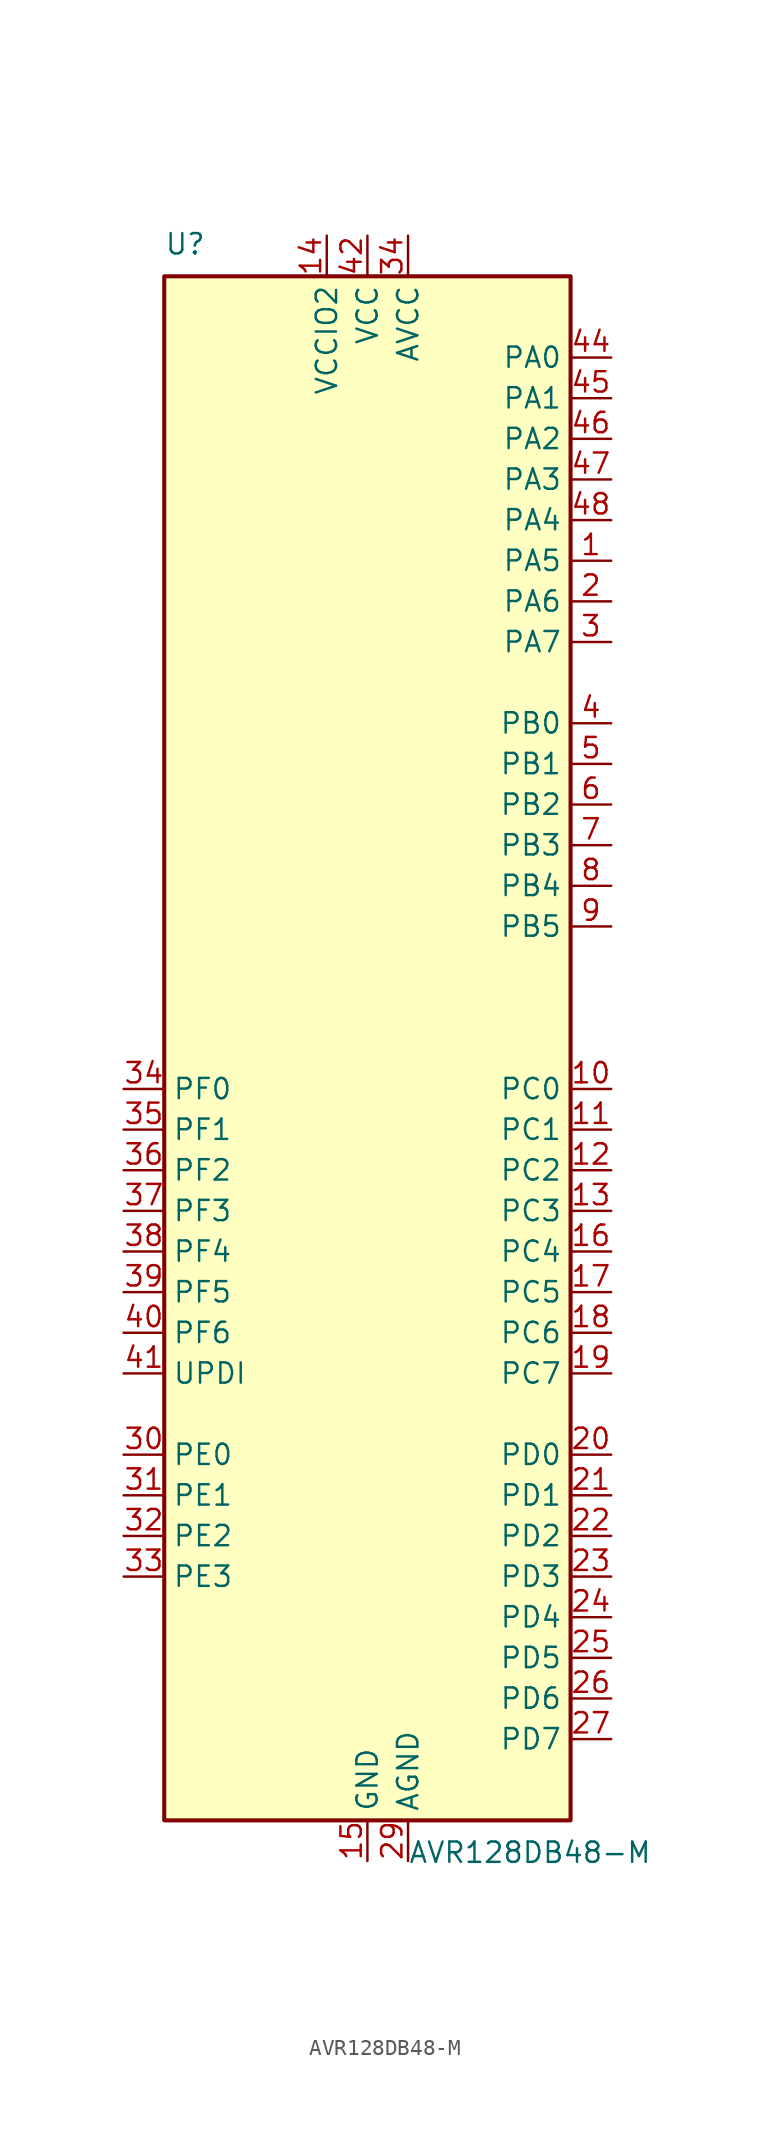
<source format=kicad_sym>
(kicad_symbol_lib
  (version 20211014)
  (generator kicad_symbol_editor)
  (symbol "AVR128DB48-M"
    (property "Reference" "U"
      (at -12.7 49.53 0)
      (effects (font (size 1.27 1.27)) (justify left bottom)))
    (property "Value" "AVR128DB48-M"
      (at 2.54 -49.53 0)
      (effects (font (size 1.27 1.27)) (justify left top)))
    (symbol "AVR128DB48-M_0_1"
      (rectangle (start -12.7 -48.26) (end 12.7 48.26) (stroke (width 0.254) (type default) (color 0 0 0 0)) (fill (type background))))
    (symbol "AVR128DB48-M_1_1"
      (pin bidirectional line (at 15.24 30.48 180) (length 2.54) (name "PA5" (effects (font (size 1.27 1.27)))) (number "1" (effects (font (size 1.27 1.27)))) (alternate "SPI0-MISO" bidirectional line) (alternate "TCA0-WO5" output line) (alternate "TCD0-WOB" output line) (alternate "USART0-RXD(1)" input line))
      (pin bidirectional line (at 15.24 -2.54 180) (length 2.54) (name "PC0" (effects (font (size 1.27 1.27)))) (number "10" (effects (font (size 1.27 1.27)))) (alternate "LUT1-IN0" input line) (alternate "SPI1-MOSI" bidirectional line) (alternate "TCA0-WO0(2)" output line) (alternate "TCB2-WO" output line) (alternate "USART1-TXD" bidirectional line))
      (pin bidirectional line (at 15.24 -5.08 180) (length 2.54) (name "PC1" (effects (font (size 1.27 1.27)))) (number "11" (effects (font (size 1.27 1.27)))) (alternate "LUT1-IN1" input line) (alternate "SPI1-MISO" bidirectional line) (alternate "TCA0-WO1(2)" output line) (alternate "TCB3-WO(1)" output line) (alternate "USART1-RXD" input line))
      (pin bidirectional line (at 15.24 -7.62 180) (length 2.54) (name "PC2" (effects (font (size 1.27 1.27)))) (number "12" (effects (font (size 1.27 1.27)))) (alternate "EVOUTC" output line) (alternate "LUT1-IN2" input line) (alternate "SPI1-SCK" bidirectional line) (alternate "TCA-WO2(2)" output line) (alternate "TWI0-SDA(MS+)(0,2)" bidirectional line) (alternate "USART1-XCK" bidirectional line))
      (pin bidirectional line (at 15.24 -10.16 180) (length 2.54) (name "PC3" (effects (font (size 1.27 1.27)))) (number "13" (effects (font (size 1.27 1.27)))) (alternate "LUT1-OUT" output line) (alternate "SPI1-~{SS}" bidirectional line) (alternate "TCA0-WO3(2)" output line) (alternate "TWI0-SCL(MS)(0,2" bidirectional line) (alternate "USART1-XDIR" output line))
      (pin power_in line (at -2.54 50.8 270) (length 2.54) (name "VCCIO2" (effects (font (size 1.27 1.27)))) (number "14" (effects (font (size 1.27 1.27)))))
      (pin power_in line (at 0 -50.8 90) (length 2.54) (name "GND" (effects (font (size 1.27 1.27)))) (number "15" (effects (font (size 1.27 1.27)))))
      (pin bidirectional line (at 15.24 -12.7 180) (length 2.54) (name "PC4" (effects (font (size 1.27 1.27)))) (number "16" (effects (font (size 1.27 1.27)))) (alternate "SPI1-MOSI(1)" bidirectional line) (alternate "TCA0-WO4(2)" output line) (alternate "TCA1-WO0(1)" output line) (alternate "USART1-TXD(1)" bidirectional line))
      (pin bidirectional line (at 15.24 -15.24 180) (length 2.54) (name "PC5" (effects (font (size 1.27 1.27)))) (number "17" (effects (font (size 1.27 1.27)))) (alternate "SPI1-MISO(1)" bidirectional line) (alternate "TCA0-WO5(2)" output line) (alternate "TCA1-WO1(1)" output line) (alternate "USART1-RXD(1)" input line))
      (pin bidirectional line (at 15.24 -17.78 180) (length 2.54) (name "PC6" (effects (font (size 1.27 1.27)))) (number "18" (effects (font (size 1.27 1.27)))) (alternate "AC0-OUT(1)" output line) (alternate "AC1-OUT(1)" output line) (alternate "AC2-OUT(1)" output line) (alternate "LUT1-OUT(1)" output line) (alternate "SPI1-SCK(1)" bidirectional line) (alternate "TCA-WO2(2)" output line) (alternate "TWI0-SDA(S)(1,2)" bidirectional line) (alternate "USART1-XCK(1)" bidirectional line))
      (pin bidirectional line (at 15.24 -20.32 180) (length 2.54) (name "PC7" (effects (font (size 1.27 1.27)))) (number "19" (effects (font (size 1.27 1.27)))) (alternate "EVOUTC(1)" output line) (alternate "SPI1-~{SS}(1)" bidirectional line) (alternate "TWI0-SCL(S)(1,2)" bidirectional line) (alternate "USART1-XDIR(1)" output line) (alternate "ZCD0-OUT(1)" output line) (alternate "ZCD1-OUT(1)" output line) (alternate "ZCD2-OUT(1)" output line))
      (pin bidirectional line (at 15.24 27.94 180) (length 2.54) (name "PA6" (effects (font (size 1.27 1.27)))) (number "2" (effects (font (size 1.27 1.27)))) (alternate "LUT0-OUT(1)" output line) (alternate "SPI0-SCK" bidirectional line) (alternate "TCD0-WOC" output line) (alternate "USART0-XCK(1)" bidirectional line))
      (pin bidirectional line (at 15.24 -25.4 180) (length 2.54) (name "PD0" (effects (font (size 1.27 1.27)))) (number "20" (effects (font (size 1.27 1.27)))) (alternate "AC0-AINN1" input line) (alternate "AC1-AINN1" input line) (alternate "AC2-AINN1" input line) (alternate "ADC0-AIN0" input line) (alternate "LUT2-IN0" input line) (alternate "TC0-WO0(3)" output line))
      (pin bidirectional line (at 15.24 -27.94 180) (length 2.54) (name "PD1" (effects (font (size 1.27 1.27)))) (number "21" (effects (font (size 1.27 1.27)))) (alternate "ADC0-AIN1" input line) (alternate "LUT2-IN1" input line) (alternate "OP0-INP" input line) (alternate "TCA0-WO1(3)" output line) (alternate "ZCD0-ZCIN" input line))
      (pin bidirectional line (at 15.24 -30.48 180) (length 2.54) (name "PD2" (effects (font (size 1.27 1.27)))) (number "22" (effects (font (size 1.27 1.27)))) (alternate "AC0-AINP0" input line) (alternate "AC1-AINP0" input line) (alternate "AC2-AINP0" input line) (alternate "ADC0-AIN2" input line) (alternate "EVOUTD" output line) (alternate "LUT2-IN2" input line) (alternate "OP0-OUT" output line) (alternate "TCA0-WO2(3)" output line))
      (pin bidirectional line (at 15.24 -33.02 180) (length 2.54) (name "PD3" (effects (font (size 1.27 1.27)))) (number "23" (effects (font (size 1.27 1.27)))) (alternate "AC0-AINN0" input line) (alternate "AC1-AINP1" input line) (alternate "ADC0-AIN3" input line) (alternate "LUT2-OUT" output line) (alternate "OP0-INN" input line) (alternate "TCA0-WO3(3)" output line))
      (pin bidirectional line (at 15.24 -35.56 180) (length 2.54) (name "PD4" (effects (font (size 1.27 1.27)))) (number "24" (effects (font (size 1.27 1.27)))) (alternate "AC1-AINP2" input line) (alternate "AC2-AINP1" input line) (alternate "ADC0-AIN4" input line) (alternate "OP1-INP" input line) (alternate "TCA0-WO4(3)" output line))
      (pin bidirectional line (at 15.24 -38.1 180) (length 2.54) (name "PD5" (effects (font (size 1.27 1.27)))) (number "25" (effects (font (size 1.27 1.27)))) (alternate "AC1-AINN0" input line) (alternate "ADC0-AIN5" input line) (alternate "OP1-OUT" output line) (alternate "TCA0-WO5(3)" output line))
      (pin bidirectional line (at 15.24 -40.64 180) (length 2.54) (name "PD6" (effects (font (size 1.27 1.27)))) (number "26" (effects (font (size 1.27 1.27)))) (alternate "AC0-AINP3" input line) (alternate "AC1-AINP3" input line) (alternate "AC2-AINP3" input line) (alternate "ADC0-AIN6" input line) (alternate "DAC0-OUT" output line) (alternate "LUT2-OUT(1)" output line))
      (pin bidirectional line (at 15.24 -43.18 180) (length 2.54) (name "PD7" (effects (font (size 1.27 1.27)))) (number "27" (effects (font (size 1.27 1.27)))) (alternate "AC0-AINN2" input line) (alternate "AC1-AINN2" input line) (alternate "AC2-AINN0/2" input line) (alternate "ADC0-AIN7" input line) (alternate "EVOUTD(1)" output line) (alternate "OP1-INN" input line) (alternate "VREFA" input line))
      (pin power_in line (at 2.54 -50.8 90) (length 2.54) (name "AGND" (effects (font (size 1.27 1.27)))) (number "29" (effects (font (size 1.27 1.27)))))
      (pin bidirectional line (at 15.24 25.4 180) (length 2.54) (name "PA7" (effects (font (size 1.27 1.27)))) (number "3" (effects (font (size 1.27 1.27)))) (alternate "AC0-OUT" output line) (alternate "AC1-OUT" output line) (alternate "AC2-OUT" output line) (alternate "CLKOUT" output line) (alternate "EVOUTA(1)" output line) (alternate "SPI0-~{SS}" bidirectional line) (alternate "TCD0-WOD" output line) (alternate "USART0-XDIR(1)" output line) (alternate "ZCD0-OUT" output line) (alternate "ZCD1-OUT" output line) (alternate "ZDC2-OUT" output line))
      (pin bidirectional line (at -15.24 -25.4 0) (length 2.54) (name "PE0" (effects (font (size 1.27 1.27)))) (number "30" (effects (font (size 1.27 1.27)))) (alternate "AC0-AINP1" input line) (alternate "ADC0-AIN8" input line) (alternate "SPI0-MOSI(1)" bidirectional line) (alternate "TCA0-WO0(4)" output line) (alternate "USART4-TXD" output line))
      (pin bidirectional line (at -15.24 -27.94 0) (length 2.54) (name "PE1" (effects (font (size 1.27 1.27)))) (number "31" (effects (font (size 1.27 1.27)))) (alternate "AC2-AINP2" input line) (alternate "ADC-AIN9" input line) (alternate "OP2-INP" input line) (alternate "SPI0-MISO(1)" bidirectional line) (alternate "TCA0-WO1(4)" output line) (alternate "USART4-RXD" input line))
      (pin bidirectional line (at -15.24 -30.48 0) (length 2.54) (name "PE2" (effects (font (size 1.27 1.27)))) (number "32" (effects (font (size 1.27 1.27)))) (alternate "AC0-AINP2" input line) (alternate "ADC0-AIN10" input line) (alternate "EVOUTE" output line) (alternate "OP2-OUT" output line) (alternate "SPI0-SCK(1)" bidirectional line) (alternate "TCA0-WO2(4)" output line) (alternate "USART4-XCK" bidirectional line))
      (pin bidirectional line (at -15.24 -33.02 0) (length 2.54) (name "PE3" (effects (font (size 1.27 1.27)))) (number "33" (effects (font (size 1.27 1.27)))) (alternate "ADC0-AIN11" input line) (alternate "OP2-INN" input line) (alternate "SPI0-~{SS}(1)" bidirectional line) (alternate "TCA0-WO3(4)" output line) (alternate "USART4-XDIR" output line) (alternate "ZCD1-ZCIN" input line))
      (pin power_in line (at 2.54 50.8 270) (length 2.54) (name "AVCC" (effects (font (size 1.27 1.27)))) (number "34" (effects (font (size 1.27 1.27)))))
      (pin bidirectional line (at -15.24 -2.54 0) (length 2.54) (name "PF0" (effects (font (size 1.27 1.27)))) (number "34" (effects (font (size 1.27 1.27)))) (alternate "ADC0-AIN16(P)" input line) (alternate "LUT3-IN0" input line) (alternate "TCA0-WO0(5)" output line) (alternate "TCD0-WOA(2)" output line) (alternate "USART2-TXD" bidirectional line) (alternate "XTAL32K1" passive line))
      (pin bidirectional line (at -15.24 -5.08 0) (length 2.54) (name "PF1" (effects (font (size 1.27 1.27)))) (number "35" (effects (font (size 1.27 1.27)))) (alternate "ADC0-AIN17(P)" input line) (alternate "LUT3-IN1" input line) (alternate "TCA0-WO1(5)" output line) (alternate "TCD0-WOB(2)" output line) (alternate "USART2-RXD" input line) (alternate "XTAL32K2" passive line))
      (pin bidirectional line (at -15.24 -7.62 0) (length 2.54) (name "PF2" (effects (font (size 1.27 1.27)))) (number "36" (effects (font (size 1.27 1.27)))) (alternate "ADC0-AIN18(P)" input line) (alternate "EVOUTF" output line) (alternate "LUT3-IN2" input line) (alternate "TCA0-WO2(5)" output line) (alternate "TCD0-WOC(2)" output line) (alternate "TWI1-SDA(MS+)" bidirectional line) (alternate "USART2-XCK" bidirectional line))
      (pin bidirectional line (at -15.24 -10.16 0) (length 2.54) (name "PF3" (effects (font (size 1.27 1.27)))) (number "37" (effects (font (size 1.27 1.27)))) (alternate "ADC0-AIN19(P)" input line) (alternate "LUT3-OUT" output line) (alternate "TCA0-WO3(5)" output line) (alternate "TCD0-WOD(2)" output line) (alternate "TWI1-SCL(MS+)" bidirectional line) (alternate "USART2-XDIR" output line))
      (pin bidirectional line (at -15.24 -12.7 0) (length 2.54) (name "PF4" (effects (font (size 1.27 1.27)))) (number "38" (effects (font (size 1.27 1.27)))) (alternate "ADC0-AIN20(P)" input line) (alternate "TCA0-WO4(5)" output line) (alternate "TCB0-WO(1)" output line) (alternate "USART2-TXD(1)" output line))
      (pin bidirectional line (at -15.24 -15.24 0) (length 2.54) (name "PF5" (effects (font (size 1.27 1.27)))) (number "39" (effects (font (size 1.27 1.27)))) (alternate "ADC0-AIN21(P)" input line) (alternate "TCA0-WO5(5)" output line) (alternate "TCB1-WO(1)" output line) (alternate "USART2-RXD(1)" input line))
      (pin bidirectional line (at 15.24 20.32 180) (length 2.54) (name "PB0" (effects (font (size 1.27 1.27)))) (number "4" (effects (font (size 1.27 1.27)))) (alternate "LUT4-IN0" input line) (alternate "TCA0-WO0(1)" output line) (alternate "TCA1-WO0" output line) (alternate "UART3-TXD" bidirectional line))
      (pin input line (at -15.24 -17.78 0) (length 2.54) (name "PF6" (effects (font (size 1.27 1.27)))) (number "40" (effects (font (size 1.27 1.27)))) (alternate "~{RESET}" input line))
      (pin bidirectional line (at -15.24 -20.32 0) (length 2.54) (name "UPDI" (effects (font (size 1.27 1.27)))) (number "41" (effects (font (size 1.27 1.27)))))
      (pin power_in line (at 0 50.8 270) (length 2.54) (name "VCC" (effects (font (size 1.27 1.27)))) (number "42" (effects (font (size 1.27 1.27)))))
      (pin power_in line (at 0 -50.8 90) (length 2.54) hide (name "GND" (effects (font (size 1.27 1.27)))) (number "43" (effects (font (size 1.27 1.27)))))
      (pin bidirectional line (at 15.24 43.18 180) (length 2.54) (name "PA0" (effects (font (size 1.27 1.27)))) (number "44" (effects (font (size 1.27 1.27)))) (alternate "EXTCLK" input clock) (alternate "LUT0-IN0" input line) (alternate "TCA0-WO0" output line) (alternate "USART0-TXD" bidirectional line) (alternate "XTALHF1" passive line))
      (pin bidirectional line (at 15.24 40.64 180) (length 2.54) (name "PA1" (effects (font (size 1.27 1.27)))) (number "45" (effects (font (size 1.27 1.27)))) (alternate "LUT0-IN1" input line) (alternate "TCA0-WO1" output line) (alternate "USART0-RXD" input line) (alternate "XTALHF2" passive clock))
      (pin bidirectional line (at 15.24 38.1 180) (length 2.54) (name "PA2" (effects (font (size 1.27 1.27)))) (number "46" (effects (font (size 1.27 1.27)))) (alternate "EVOUTA" output line) (alternate "LUT0-IN2" input line) (alternate "TCA0-WO2" output line) (alternate "TCB0-WO" output line) (alternate "TWI0-SDA(MS)" bidirectional line) (alternate "USART0-XCK" bidirectional line))
      (pin bidirectional line (at 15.24 35.56 180) (length 2.54) (name "PA3" (effects (font (size 1.27 1.27)))) (number "47" (effects (font (size 1.27 1.27)))) (alternate "LUT0-OUT" output line) (alternate "TCA0-WO3" output line) (alternate "TCB1-WO" output line) (alternate "TWI0-SCL(MS)" bidirectional line) (alternate "USART0-XDIR" output line))
      (pin bidirectional line (at 15.24 33.02 180) (length 2.54) (name "PA4" (effects (font (size 1.27 1.27)))) (number "48" (effects (font (size 1.27 1.27)))) (alternate "SPI0-MOSI" bidirectional line) (alternate "TCA0-WO4" output line) (alternate "TCD0-WOA" output line) (alternate "USART0-TXD(1)" bidirectional line))
      (pin bidirectional line (at 15.24 17.78 180) (length 2.54) (name "PB1" (effects (font (size 1.27 1.27)))) (number "5" (effects (font (size 1.27 1.27)))) (alternate "LUT4-IN1" input line) (alternate "TCA0-WO1(1)" output line) (alternate "TCA1-WO0" output line) (alternate "USART3-RXD" input line))
      (pin bidirectional line (at 15.24 15.24 180) (length 2.54) (name "PB2" (effects (font (size 1.27 1.27)))) (number "6" (effects (font (size 1.27 1.27)))) (alternate "EVOUTB" output line) (alternate "LUT4-IN2" input line) (alternate "TCA0-WO2(1)" output line) (alternate "TCA1-WO2" output line) (alternate "TWI1-SDA(MS)(0,2)" bidirectional line) (alternate "USART3-XCK" bidirectional line))
      (pin bidirectional line (at 15.24 12.7 180) (length 2.54) (name "PB3" (effects (font (size 1.27 1.27)))) (number "7" (effects (font (size 1.27 1.27)))) (alternate "LUT4-OUT" output line) (alternate "TCA0-WO3(1)" output line) (alternate "TCA1-WO3" output line) (alternate "USART1-SCL(MS)(0,2)" bidirectional line) (alternate "USART3-XDIR" output line))
      (pin bidirectional line (at 15.24 10.16 180) (length 2.54) (name "PB4" (effects (font (size 1.27 1.27)))) (number "8" (effects (font (size 1.27 1.27)))) (alternate "SPI1-MOSI(2)" bidirectional line) (alternate "TCA0-WO4(1)" output line) (alternate "TCA1-WO4" output line) (alternate "TCB2-WO(1)" output line) (alternate "TCD0-WOA(1)" output line) (alternate "USART3-TXD(1)" bidirectional line))
      (pin bidirectional line (at 15.24 7.62 180) (length 2.54) (name "PB5" (effects (font (size 1.27 1.27)))) (number "9" (effects (font (size 1.27 1.27)))) (alternate "SPI1-MISO(2)" bidirectional line) (alternate "TCA0-WO5(1)" output line) (alternate "TCA1-WO5" output line) (alternate "TCB3-WO" output line) (alternate "TCD0-WOB(1)" output line) (alternate "USART3-RXD(1)" input line)))))
</source>
